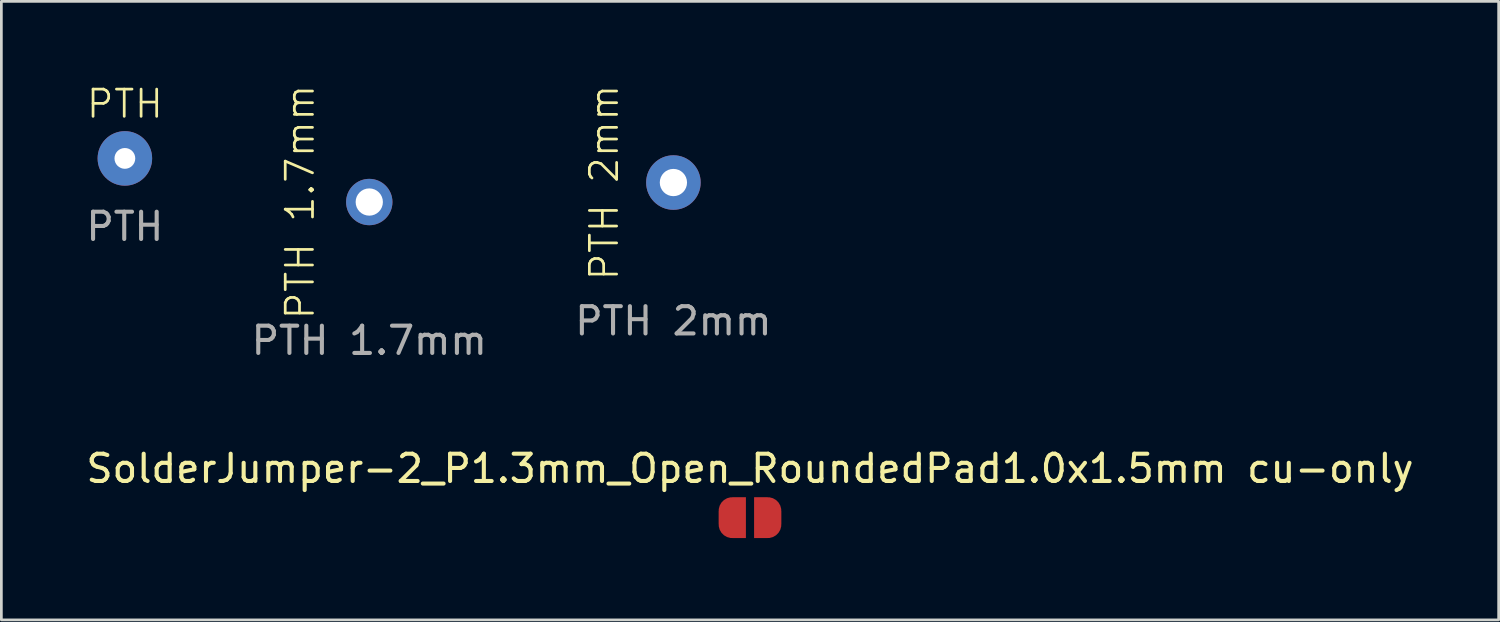
<source format=kicad_pcb>
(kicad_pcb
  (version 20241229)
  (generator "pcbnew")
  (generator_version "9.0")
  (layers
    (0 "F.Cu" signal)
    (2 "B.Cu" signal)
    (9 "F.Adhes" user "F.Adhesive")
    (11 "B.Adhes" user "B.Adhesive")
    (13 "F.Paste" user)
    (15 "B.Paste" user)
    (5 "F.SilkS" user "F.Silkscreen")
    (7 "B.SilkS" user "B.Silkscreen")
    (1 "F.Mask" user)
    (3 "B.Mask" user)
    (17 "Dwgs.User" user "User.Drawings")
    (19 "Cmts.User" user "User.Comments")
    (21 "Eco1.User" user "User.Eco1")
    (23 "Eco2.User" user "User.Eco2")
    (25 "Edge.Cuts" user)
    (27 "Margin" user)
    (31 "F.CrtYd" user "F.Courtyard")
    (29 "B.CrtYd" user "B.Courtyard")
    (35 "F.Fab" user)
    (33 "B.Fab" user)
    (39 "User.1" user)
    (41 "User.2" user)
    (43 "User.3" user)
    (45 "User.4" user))
  (footprint "PTH 1.7mm"
    (layer "F.Cu")
    (at 10.494 4.36)
    (property "Reference" "PTH 1.7mm" (at -2.54 0 90) (unlocked yes) (layer "F.SilkS") (effects (font (size 1 1) (thickness 0.1))))
    (attr through_hole)
    (fp_text user "${REFERENCE}" (at 0 5.08 0) (unlocked yes) (layer "F.Fab") (effects (font (size 1 1) (thickness 0.15))))
    (pad "1" thru_hole circle (at 0 0) (size 1.7 1.7) (drill 1) (layers "*.Cu" "*.Mask")))
  (footprint "PTH"
    (layer "F.Cu")
    (at 1.53 2.76)
    (property "Reference" "PTH" (at 0 -2 0) (unlocked yes) (layer "F.SilkS") (effects (font (size 1 1) (thickness 0.1))))
    (attr through_hole)
    (fp_text user "${REFERENCE}" (at 0 2.5 0) (unlocked yes) (layer "F.Fab") (effects (font (size 1 1) (thickness 0.15))))
    (pad "1" thru_hole circle (at 0 0) (size 2 2) (drill 0.762) (layers "*.Cu" "*.Mask")))
  (footprint "SolderJumper-2_P1.3mm_Open_RoundedPad1.0x1.5mm cu-only"
    (layer "F.Cu")
    (at 24.458 15.936)
    (property "Reference" "SolderJumper-2_P1.3mm_Open_RoundedPad1.0x1.5mm cu-only" (at 0 -1.8 0) (layer "F.SilkS") (effects (font (size 1 1) (thickness 0.15))))
    (attr exclude_from_pos_files exclude_from_bom)
    (pad "1" smd custom (at -0.65 0) (size 1 0.5) (layers "F.Cu" "F.Mask") (options (anchor rect)) (primitives (gr_circle (center 0 0.25) (end 0.5 0.25) (width 0) (fill yes)) (gr_circle (center 0 -0.25) (end 0.5 -0.25) (width 0) (fill yes)) (gr_poly (pts (xy 0.5 0.75) (xy 0 0.75) (xy 0 -0.75) (xy 0.5 -0.75)) (width 0) (fill yes))))
    (pad "2" smd custom (at 0.65 0) (size 1 0.5) (layers "F.Cu" "F.Mask") (options (anchor rect)) (primitives (gr_circle (center 0 0.25) (end 0.5 0.25) (width 0) (fill yes)) (gr_circle (center 0 -0.25) (end 0.5 -0.25) (width 0) (fill yes)) (gr_poly (pts (xy 0 0.75) (xy -0.5 0.75) (xy -0.5 -0.75) (xy 0 -0.75)) (width 0) (fill yes)))))
  (footprint "PTH 2mm"
    (layer "F.Cu")
    (at 21.649 3.645)
    (property "Reference" "PTH 2mm" (at -2.54 0 90) (unlocked yes) (layer "F.SilkS") (effects (font (size 1 1) (thickness 0.1))))
    (attr through_hole)
    (fp_text user "${REFERENCE}" (at 0 5.08 0) (unlocked yes) (layer "F.Fab") (effects (font (size 1 1) (thickness 0.15))))
    (pad "1" thru_hole circle (at 0 0) (size 2 2) (drill 1) (layers "*.Cu" "*.Mask")))
  (gr_rect
    (start -3 -3)
    (end 51.917 19.686)
    (stroke (width 0.1) (type default))
    (fill no)
    (layer "Edge.Cuts")))
</source>
